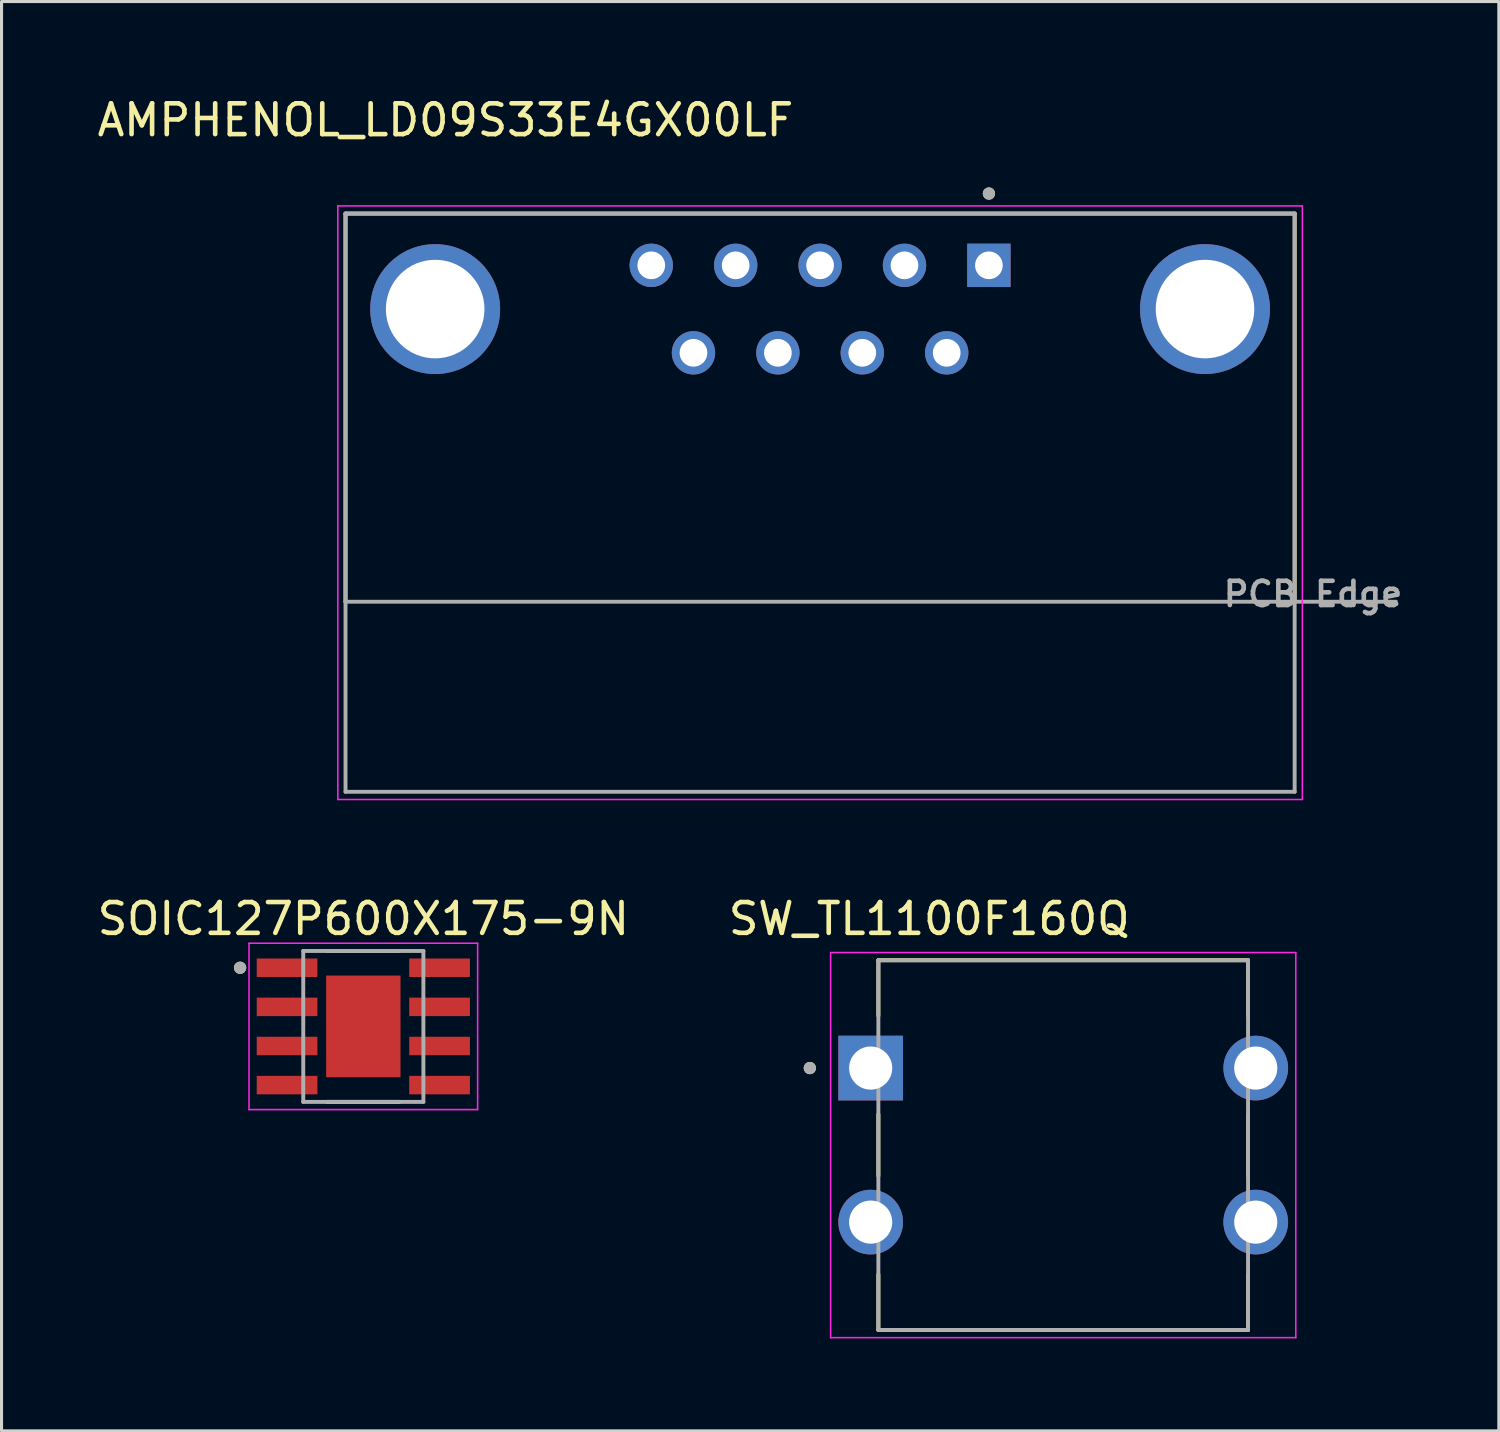
<source format=kicad_pcb>
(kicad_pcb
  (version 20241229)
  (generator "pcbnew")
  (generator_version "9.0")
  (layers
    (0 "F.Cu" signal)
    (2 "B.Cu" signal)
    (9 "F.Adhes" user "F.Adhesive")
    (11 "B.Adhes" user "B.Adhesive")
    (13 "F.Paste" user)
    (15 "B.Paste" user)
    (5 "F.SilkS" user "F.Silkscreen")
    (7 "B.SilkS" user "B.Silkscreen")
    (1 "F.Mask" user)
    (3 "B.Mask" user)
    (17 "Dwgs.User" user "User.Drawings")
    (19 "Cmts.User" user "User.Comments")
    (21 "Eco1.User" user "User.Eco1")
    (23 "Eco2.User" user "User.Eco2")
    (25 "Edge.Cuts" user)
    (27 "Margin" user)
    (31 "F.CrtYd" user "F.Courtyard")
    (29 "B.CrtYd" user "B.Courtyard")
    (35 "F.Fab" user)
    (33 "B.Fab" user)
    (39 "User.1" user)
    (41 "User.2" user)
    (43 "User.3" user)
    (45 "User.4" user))
  (footprint "SOIC127P600X175-9N"
    (layer "F.Cu")
    (at 8.744 30.269)
    (property "Reference" "SOIC127P600X175-9N" (at 0 -3.493 0) (layer "F.SilkS") (effects (font (size 1 1) (thickness 0.15))))
    (attr smd)
    (fp_line (start -1.175 -2.45) (end 1.175 -2.45) (stroke (width 0.127) (type solid)) (layer "F.SilkS"))
    (fp_line (start 1.175 2.45) (end -1.175 2.45) (stroke (width 0.127) (type solid)) (layer "F.SilkS"))
    (fp_circle (center -4 -1.905) (end -3.9 -1.905) (stroke (width 0.2) (type solid)) (fill no) (layer "F.SilkS"))
    (fp_poly (pts (xy -0.763 -1.044) (xy 0.763 -1.044) (xy 0.763 1.044) (xy -0.763 1.044)) (stroke (width 0.01) (type solid)) (fill yes) (layer "F.Paste"))
    (fp_line (start -3.71 -2.7) (end -3.71 2.7) (stroke (width 0.05) (type solid)) (layer "F.CrtYd"))
    (fp_line (start -3.71 2.7) (end 3.71 2.7) (stroke (width 0.05) (type solid)) (layer "F.CrtYd"))
    (fp_line (start 3.71 -2.7) (end -3.71 -2.7) (stroke (width 0.05) (type solid)) (layer "F.CrtYd"))
    (fp_line (start 3.71 2.7) (end 3.71 -2.7) (stroke (width 0.05) (type solid)) (layer "F.CrtYd"))
    (fp_line (start -1.95 -2.45) (end 1.95 -2.45) (stroke (width 0.127) (type solid)) (layer "F.Fab"))
    (fp_line (start -1.95 2.45) (end -1.95 -2.45) (stroke (width 0.127) (type solid)) (layer "F.Fab"))
    (fp_line (start 1.95 -2.45) (end 1.95 2.45) (stroke (width 0.127) (type solid)) (layer "F.Fab"))
    (fp_line (start 1.95 2.45) (end -1.95 2.45) (stroke (width 0.127) (type solid)) (layer "F.Fab"))
    (fp_circle (center -4 -1.905) (end -3.9 -1.905) (stroke (width 0.2) (type solid)) (fill no) (layer "F.Fab"))
    (pad "1" smd rect (at -2.475 -1.905) (size 1.97 0.6) (layers "F.Cu" "F.Mask" "F.Paste"))
    (pad "2" smd rect (at -2.475 -0.635) (size 1.97 0.6) (layers "F.Cu" "F.Mask" "F.Paste"))
    (pad "3" smd rect (at -2.475 0.635) (size 1.97 0.6) (layers "F.Cu" "F.Mask" "F.Paste"))
    (pad "4" smd rect (at -2.475 1.905) (size 1.97 0.6) (layers "F.Cu" "F.Mask" "F.Paste"))
    (pad "5" smd rect (at 2.475 1.905) (size 1.97 0.6) (layers "F.Cu" "F.Mask" "F.Paste"))
    (pad "6" smd rect (at 2.475 0.635) (size 1.97 0.6) (layers "F.Cu" "F.Mask" "F.Paste"))
    (pad "7" smd rect (at 2.475 -0.635) (size 1.97 0.6) (layers "F.Cu" "F.Mask" "F.Paste"))
    (pad "8" smd rect (at 2.475 -1.905) (size 1.97 0.6) (layers "F.Cu" "F.Mask" "F.Paste"))
    (pad "9" smd rect (at 0 0) (size 2.413 3.302) (layers "F.Cu" "F.Mask")))
  (footprint "SW_TL1100F160Q"
    (layer "F.Cu")
    (at 31.463 34.121)
    (property "Reference" "SW_TL1100F160Q" (at -4.35 -7.345 0) (layer "F.SilkS") (effects (font (size 1 1) (thickness 0.15))))
    (attr through_hole)
    (fp_line (start -6 -6) (end -6 -4.2) (stroke (width 0.127) (type solid)) (layer "F.SilkS"))
    (fp_line (start -6 -6) (end 6 -6) (stroke (width 0.127) (type solid)) (layer "F.SilkS"))
    (fp_line (start -6 1) (end -6 -1) (stroke (width 0.127) (type solid)) (layer "F.SilkS"))
    (fp_line (start -6 6) (end -6 4.2) (stroke (width 0.127) (type solid)) (layer "F.SilkS"))
    (fp_line (start 6 -6) (end 6 -4.2) (stroke (width 0.127) (type solid)) (layer "F.SilkS"))
    (fp_line (start 6 1) (end 6 -1) (stroke (width 0.127) (type solid)) (layer "F.SilkS"))
    (fp_line (start 6 4.2) (end 6 6) (stroke (width 0.127) (type solid)) (layer "F.SilkS"))
    (fp_line (start 6 6) (end -6 6) (stroke (width 0.127) (type solid)) (layer "F.SilkS"))
    (fp_circle (center -8.225 -2.5) (end -8.125 -2.5) (stroke (width 0.2) (type solid)) (fill no) (layer "F.SilkS"))
    (fp_line (start -7.55 -6.25) (end 7.55 -6.25) (stroke (width 0.05) (type solid)) (layer "F.CrtYd"))
    (fp_line (start -7.55 6.25) (end -7.55 -6.25) (stroke (width 0.05) (type solid)) (layer "F.CrtYd"))
    (fp_line (start 7.55 -6.25) (end 7.55 6.25) (stroke (width 0.05) (type solid)) (layer "F.CrtYd"))
    (fp_line (start 7.55 6.25) (end -7.55 6.25) (stroke (width 0.05) (type solid)) (layer "F.CrtYd"))
    (fp_line (start -6 -6) (end 6 -6) (stroke (width 0.127) (type solid)) (layer "F.Fab"))
    (fp_line (start -6 6) (end -6 -6) (stroke (width 0.127) (type solid)) (layer "F.Fab"))
    (fp_line (start 6 -6) (end 6 6) (stroke (width 0.127) (type solid)) (layer "F.Fab"))
    (fp_line (start 6 6) (end -6 6) (stroke (width 0.127) (type solid)) (layer "F.Fab"))
    (fp_circle (center -8.225 -2.5) (end -8.125 -2.5) (stroke (width 0.2) (type solid)) (fill no) (layer "F.Fab"))
    (pad "1" thru_hole rect (at -6.25 -2.5) (size 2.1 2.1) (drill 1.4) (layers "*.Cu" "*.Mask"))
    (pad "2" thru_hole circle (at 6.25 -2.5) (size 2.1 2.1) (drill 1.4) (layers "*.Cu" "*.Mask"))
    (pad "3" thru_hole circle (at -6.25 2.5) (size 2.1 2.1) (drill 1.4) (layers "*.Cu" "*.Mask"))
    (pad "4" thru_hole circle (at 6.25 2.5) (size 2.1 2.1) (drill 1.4) (layers "*.Cu" "*.Mask")))
  (footprint "AMPHENOL_LD09S33E4GX00LF"
    (layer "F.Cu")
    (at 23.571 6.983)
    (property "Reference" "AMPHENOL_LD09S33E4GX00LF" (at -12.16 -6.135 0) (layer "F.SilkS") (effects (font (size 1 1) (thickness 0.15))))
    (attr through_hole)
    (fp_line (start -15.405 -3.1) (end 15.405 -3.1) (stroke (width 0.127) (type solid)) (layer "F.SilkS"))
    (fp_line (start -15.405 9.5) (end -15.405 -3.1) (stroke (width 0.127) (type solid)) (layer "F.SilkS"))
    (fp_line (start 15.405 -3.1) (end 15.405 9.5) (stroke (width 0.127) (type solid)) (layer "F.SilkS"))
    (fp_circle (center 5.48 -3.75) (end 5.58 -3.75) (stroke (width 0.2) (type solid)) (fill no) (layer "F.SilkS"))
    (fp_line (start -15.655 -3.35) (end -15.655 15.92) (stroke (width 0.05) (type solid)) (layer "F.CrtYd"))
    (fp_line (start -15.655 15.92) (end 15.655 15.92) (stroke (width 0.05) (type solid)) (layer "F.CrtYd"))
    (fp_line (start 15.655 -3.35) (end -15.655 -3.35) (stroke (width 0.05) (type solid)) (layer "F.CrtYd"))
    (fp_line (start 15.655 15.92) (end 15.655 -3.35) (stroke (width 0.05) (type solid)) (layer "F.CrtYd"))
    (fp_line (start -15.405 -3.1) (end 15.405 -3.1) (stroke (width 0.127) (type solid)) (layer "F.Fab"))
    (fp_line (start -15.405 9.5) (end -15.405 -3.1) (stroke (width 0.127) (type solid)) (layer "F.Fab"))
    (fp_line (start -15.405 9.5) (end 18.69 9.5) (stroke (width 0.127) (type solid)) (layer "F.Fab"))
    (fp_line (start -15.405 15.67) (end -15.405 9.5) (stroke (width 0.127) (type solid)) (layer "F.Fab"))
    (fp_line (start 15.405 -3.1) (end 15.405 15.67) (stroke (width 0.127) (type solid)) (layer "F.Fab"))
    (fp_line (start 15.405 15.67) (end -15.405 15.67) (stroke (width 0.127) (type solid)) (layer "F.Fab"))
    (fp_circle (center 5.48 -3.75) (end 5.58 -3.75) (stroke (width 0.2) (type solid)) (fill no) (layer "F.Fab"))
    (fp_text user "PCB Edge" (at 16 9.25 0) (layer "F.Fab") (effects (font (size 0.787 0.787) (thickness 0.15))))
    (pad "1" thru_hole rect (at 5.48 -1.42) (size 1.408 1.408) (drill 0.9) (layers "*.Cu" "*.Mask"))
    (pad "2" thru_hole circle (at 2.74 -1.42) (size 1.408 1.408) (drill 0.9) (layers "*.Cu" "*.Mask"))
    (pad "3" thru_hole circle (at 0 -1.42) (size 1.408 1.408) (drill 0.9) (layers "*.Cu" "*.Mask"))
    (pad "4" thru_hole circle (at -2.74 -1.42) (size 1.408 1.408) (drill 0.9) (layers "*.Cu" "*.Mask"))
    (pad "5" thru_hole circle (at -5.48 -1.42) (size 1.408 1.408) (drill 0.9) (layers "*.Cu" "*.Mask"))
    (pad "6" thru_hole circle (at 4.11 1.42) (size 1.408 1.408) (drill 0.9) (layers "*.Cu" "*.Mask"))
    (pad "7" thru_hole circle (at 1.37 1.42) (size 1.408 1.408) (drill 0.9) (layers "*.Cu" "*.Mask"))
    (pad "8" thru_hole circle (at -1.37 1.42) (size 1.408 1.408) (drill 0.9) (layers "*.Cu" "*.Mask"))
    (pad "9" thru_hole circle (at -4.11 1.42) (size 1.408 1.408) (drill 0.9) (layers "*.Cu" "*.Mask"))
    (pad "SH1" thru_hole circle (at -12.495 0) (size 4.216 4.216) (drill 3.2) (layers "*.Cu" "*.Mask"))
    (pad "SH2" thru_hole circle (at 12.495 0) (size 4.216 4.216) (drill 3.2) (layers "*.Cu" "*.Mask")))
  (gr_rect
    (start -3 -3)
    (end 45.604 43.397)
    (stroke (width 0.1) (type default))
    (fill no)
    (layer "Edge.Cuts")))
</source>
